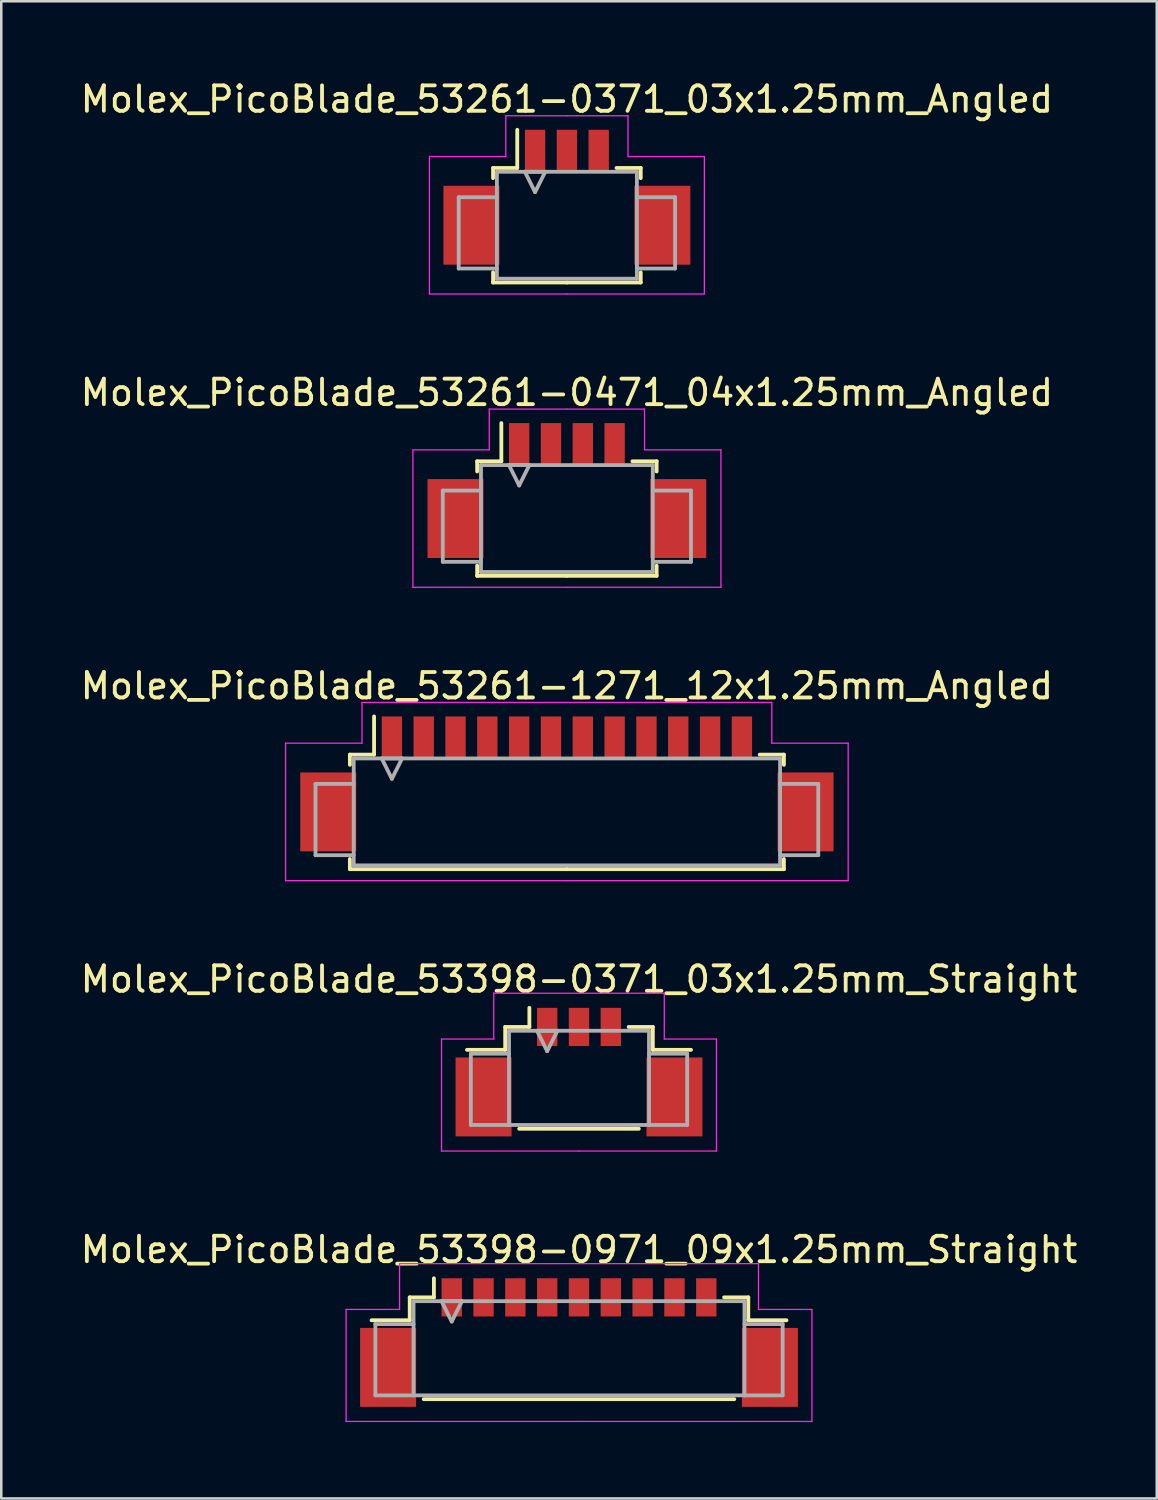
<source format=kicad_pcb>
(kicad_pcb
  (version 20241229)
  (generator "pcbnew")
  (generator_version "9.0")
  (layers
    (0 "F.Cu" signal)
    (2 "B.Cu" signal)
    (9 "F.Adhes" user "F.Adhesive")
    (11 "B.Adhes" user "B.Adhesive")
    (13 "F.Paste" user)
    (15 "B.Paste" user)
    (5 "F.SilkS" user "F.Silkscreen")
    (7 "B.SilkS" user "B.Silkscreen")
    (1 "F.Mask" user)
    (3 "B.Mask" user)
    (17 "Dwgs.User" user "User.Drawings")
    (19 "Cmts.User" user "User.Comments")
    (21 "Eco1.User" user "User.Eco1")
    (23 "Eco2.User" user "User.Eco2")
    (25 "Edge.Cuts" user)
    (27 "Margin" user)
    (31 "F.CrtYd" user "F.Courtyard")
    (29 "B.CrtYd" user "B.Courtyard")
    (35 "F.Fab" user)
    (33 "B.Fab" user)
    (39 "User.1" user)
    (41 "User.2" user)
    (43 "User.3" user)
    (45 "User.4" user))
  (footprint "Molex_PicoBlade_53261-0471_04x1.25mm_Angled"
    (layer "F.Cu")
    (at 19.22 15.871)
    (property "Reference" "Molex_PicoBlade_53261-0471_04x1.25mm_Angled" (at 0 -3.5 0) (layer "F.SilkS") (effects (font (size 1 1) (thickness 0.15))))
    (attr smd)
    (fp_line (start -3.525 -0.8) (end -3.525 -0.4) (stroke (width 0.15) (type solid)) (layer "F.SilkS"))
    (fp_line (start -3.525 3.3) (end -3.525 3.7) (stroke (width 0.15) (type solid)) (layer "F.SilkS"))
    (fp_line (start -3.525 3.7) (end 0 3.7) (stroke (width 0.15) (type solid)) (layer "F.SilkS"))
    (fp_line (start -2.575 -0.8) (end -3.525 -0.8) (stroke (width 0.15) (type solid)) (layer "F.SilkS"))
    (fp_line (start -2.575 -0.8) (end -2.575 -2.3) (stroke (width 0.15) (type solid)) (layer "F.SilkS"))
    (fp_line (start 2.575 -0.8) (end 3.525 -0.8) (stroke (width 0.15) (type solid)) (layer "F.SilkS"))
    (fp_line (start 3.525 -0.8) (end 3.525 -0.4) (stroke (width 0.15) (type solid)) (layer "F.SilkS"))
    (fp_line (start 3.525 3.3) (end 3.525 3.7) (stroke (width 0.15) (type solid)) (layer "F.SilkS"))
    (fp_line (start 3.525 3.7) (end 0 3.7) (stroke (width 0.15) (type solid)) (layer "F.SilkS"))
    (fp_line (start -6.05 -1.25) (end -6.05 4.15) (stroke (width 0.05) (type solid)) (layer "F.CrtYd"))
    (fp_line (start -6.05 4.15) (end 0 4.15) (stroke (width 0.05) (type solid)) (layer "F.CrtYd"))
    (fp_line (start -3.05 -2.85) (end -3.05 -1.25) (stroke (width 0.05) (type solid)) (layer "F.CrtYd"))
    (fp_line (start -3.05 -1.25) (end -6.05 -1.25) (stroke (width 0.05) (type solid)) (layer "F.CrtYd"))
    (fp_line (start 0 -2.85) (end -3.05 -2.85) (stroke (width 0.05) (type solid)) (layer "F.CrtYd"))
    (fp_line (start 0 -2.85) (end 3.05 -2.85) (stroke (width 0.05) (type solid)) (layer "F.CrtYd"))
    (fp_line (start 3.05 -2.85) (end 3.05 -1.25) (stroke (width 0.05) (type solid)) (layer "F.CrtYd"))
    (fp_line (start 3.05 -1.25) (end 6.05 -1.25) (stroke (width 0.05) (type solid)) (layer "F.CrtYd"))
    (fp_line (start 6.05 -1.25) (end 6.05 4.15) (stroke (width 0.05) (type solid)) (layer "F.CrtYd"))
    (fp_line (start 6.05 4.15) (end 0 4.15) (stroke (width 0.05) (type solid)) (layer "F.CrtYd"))
    (fp_line (start -4.875 0.35) (end -4.875 3.15) (stroke (width 0.15) (type solid)) (layer "F.Fab"))
    (fp_line (start -4.875 3.15) (end -3.375 3.15) (stroke (width 0.15) (type solid)) (layer "F.Fab"))
    (fp_line (start -3.375 -0.65) (end 3.375 -0.65) (stroke (width 0.15) (type solid)) (layer "F.Fab"))
    (fp_line (start -3.375 0.35) (end -4.875 0.35) (stroke (width 0.15) (type solid)) (layer "F.Fab"))
    (fp_line (start -3.375 3.55) (end -3.375 -0.65) (stroke (width 0.15) (type solid)) (layer "F.Fab"))
    (fp_line (start -2.275 -0.65) (end -1.875 0.15) (stroke (width 0.15) (type solid)) (layer "F.Fab"))
    (fp_line (start -1.875 0.15) (end -1.475 -0.65) (stroke (width 0.15) (type solid)) (layer "F.Fab"))
    (fp_line (start -1.475 -0.65) (end -2.275 -0.65) (stroke (width 0.15) (type solid)) (layer "F.Fab"))
    (fp_line (start 3.375 -0.65) (end 3.375 3.55) (stroke (width 0.15) (type solid)) (layer "F.Fab"))
    (fp_line (start 3.375 0.35) (end 4.875 0.35) (stroke (width 0.15) (type solid)) (layer "F.Fab"))
    (fp_line (start 3.375 3.55) (end -3.375 3.55) (stroke (width 0.15) (type solid)) (layer "F.Fab"))
    (fp_line (start 4.875 0.35) (end 4.875 3.15) (stroke (width 0.15) (type solid)) (layer "F.Fab"))
    (fp_line (start 4.875 3.15) (end 3.375 3.15) (stroke (width 0.15) (type solid)) (layer "F.Fab"))
    (pad "" smd rect (at -4.375 1.45) (size 2.2 3.1) (layers "F.Cu" "F.Mask" "F.Paste"))
    (pad "" smd rect (at 4.375 1.45) (size 2.2 3.1) (layers "F.Cu" "F.Mask" "F.Paste"))
    (pad "1" smd rect (at -1.875 -1.45) (size 0.8 1.7) (layers "F.Cu" "F.Mask" "F.Paste"))
    (pad "2" smd rect (at -0.625 -1.45) (size 0.8 1.7) (layers "F.Cu" "F.Mask" "F.Paste"))
    (pad "3" smd rect (at 0.625 -1.45) (size 0.8 1.7) (layers "F.Cu" "F.Mask" "F.Paste"))
    (pad "4" smd rect (at 1.875 -1.45) (size 0.8 1.7) (layers "F.Cu" "F.Mask" "F.Paste")))
  (footprint "Molex_PicoBlade_53261-0371_03x1.25mm_Angled"
    (layer "F.Cu")
    (at 19.22 4.348)
    (property "Reference" "Molex_PicoBlade_53261-0371_03x1.25mm_Angled" (at 0 -3.5 0) (layer "F.SilkS") (effects (font (size 1 1) (thickness 0.15))))
    (attr smd)
    (fp_line (start -2.9 -0.8) (end -2.9 -0.4) (stroke (width 0.15) (type solid)) (layer "F.SilkS"))
    (fp_line (start -2.9 3.3) (end -2.9 3.7) (stroke (width 0.15) (type solid)) (layer "F.SilkS"))
    (fp_line (start -2.9 3.7) (end 0 3.7) (stroke (width 0.15) (type solid)) (layer "F.SilkS"))
    (fp_line (start -1.95 -0.8) (end -2.9 -0.8) (stroke (width 0.15) (type solid)) (layer "F.SilkS"))
    (fp_line (start -1.95 -0.8) (end -1.95 -2.3) (stroke (width 0.15) (type solid)) (layer "F.SilkS"))
    (fp_line (start 1.95 -0.8) (end 2.9 -0.8) (stroke (width 0.15) (type solid)) (layer "F.SilkS"))
    (fp_line (start 2.9 -0.8) (end 2.9 -0.4) (stroke (width 0.15) (type solid)) (layer "F.SilkS"))
    (fp_line (start 2.9 3.3) (end 2.9 3.7) (stroke (width 0.15) (type solid)) (layer "F.SilkS"))
    (fp_line (start 2.9 3.7) (end 0 3.7) (stroke (width 0.15) (type solid)) (layer "F.SilkS"))
    (fp_line (start -5.4 -1.25) (end -5.4 4.15) (stroke (width 0.05) (type solid)) (layer "F.CrtYd"))
    (fp_line (start -5.4 4.15) (end 0 4.15) (stroke (width 0.05) (type solid)) (layer "F.CrtYd"))
    (fp_line (start -2.4 -2.85) (end -2.4 -1.25) (stroke (width 0.05) (type solid)) (layer "F.CrtYd"))
    (fp_line (start -2.4 -1.25) (end -5.4 -1.25) (stroke (width 0.05) (type solid)) (layer "F.CrtYd"))
    (fp_line (start 0 -2.85) (end -2.4 -2.85) (stroke (width 0.05) (type solid)) (layer "F.CrtYd"))
    (fp_line (start 0 -2.85) (end 2.4 -2.85) (stroke (width 0.05) (type solid)) (layer "F.CrtYd"))
    (fp_line (start 2.4 -2.85) (end 2.4 -1.25) (stroke (width 0.05) (type solid)) (layer "F.CrtYd"))
    (fp_line (start 2.4 -1.25) (end 5.4 -1.25) (stroke (width 0.05) (type solid)) (layer "F.CrtYd"))
    (fp_line (start 5.4 -1.25) (end 5.4 4.15) (stroke (width 0.05) (type solid)) (layer "F.CrtYd"))
    (fp_line (start 5.4 4.15) (end 0 4.15) (stroke (width 0.05) (type solid)) (layer "F.CrtYd"))
    (fp_line (start -4.25 0.35) (end -4.25 3.15) (stroke (width 0.15) (type solid)) (layer "F.Fab"))
    (fp_line (start -4.25 3.15) (end -2.75 3.15) (stroke (width 0.15) (type solid)) (layer "F.Fab"))
    (fp_line (start -2.75 -0.65) (end 2.75 -0.65) (stroke (width 0.15) (type solid)) (layer "F.Fab"))
    (fp_line (start -2.75 0.35) (end -4.25 0.35) (stroke (width 0.15) (type solid)) (layer "F.Fab"))
    (fp_line (start -2.75 3.55) (end -2.75 -0.65) (stroke (width 0.15) (type solid)) (layer "F.Fab"))
    (fp_line (start -1.65 -0.65) (end -1.25 0.15) (stroke (width 0.15) (type solid)) (layer "F.Fab"))
    (fp_line (start -1.25 0.15) (end -0.85 -0.65) (stroke (width 0.15) (type solid)) (layer "F.Fab"))
    (fp_line (start -0.85 -0.65) (end -1.65 -0.65) (stroke (width 0.15) (type solid)) (layer "F.Fab"))
    (fp_line (start 2.75 -0.65) (end 2.75 3.55) (stroke (width 0.15) (type solid)) (layer "F.Fab"))
    (fp_line (start 2.75 0.35) (end 4.25 0.35) (stroke (width 0.15) (type solid)) (layer "F.Fab"))
    (fp_line (start 2.75 3.55) (end -2.75 3.55) (stroke (width 0.15) (type solid)) (layer "F.Fab"))
    (fp_line (start 4.25 0.35) (end 4.25 3.15) (stroke (width 0.15) (type solid)) (layer "F.Fab"))
    (fp_line (start 4.25 3.15) (end 2.75 3.15) (stroke (width 0.15) (type solid)) (layer "F.Fab"))
    (pad "" smd rect (at -3.75 1.45) (size 2.2 3.1) (layers "F.Cu" "F.Mask" "F.Paste"))
    (pad "" smd rect (at 3.75 1.45) (size 2.2 3.1) (layers "F.Cu" "F.Mask" "F.Paste"))
    (pad "1" smd rect (at -1.25 -1.45) (size 0.8 1.7) (layers "F.Cu" "F.Mask" "F.Paste"))
    (pad "2" smd rect (at 0 -1.45) (size 0.8 1.7) (layers "F.Cu" "F.Mask" "F.Paste"))
    (pad "3" smd rect (at 1.25 -1.45) (size 0.8 1.7) (layers "F.Cu" "F.Mask" "F.Paste")))
  (footprint "Molex_PicoBlade_53398-0371_03x1.25mm_Straight"
    (layer "F.Cu")
    (at 19.696 38.668)
    (property "Reference" "Molex_PicoBlade_53398-0371_03x1.25mm_Straight" (at 0 -3.25 0) (layer "F.SilkS") (effects (font (size 1 1) (thickness 0.15))))
    (attr smd)
    (fp_line (start -2.9 -1.375) (end -2.9 -0.475) (stroke (width 0.15) (type solid)) (layer "F.SilkS"))
    (fp_line (start -2.9 -0.475) (end -4.4 -0.475) (stroke (width 0.15) (type solid)) (layer "F.SilkS"))
    (fp_line (start -2.35 2.625) (end 2.35 2.625) (stroke (width 0.15) (type solid)) (layer "F.SilkS"))
    (fp_line (start -1.95 -1.375) (end -2.9 -1.375) (stroke (width 0.15) (type solid)) (layer "F.SilkS"))
    (fp_line (start -1.95 -1.375) (end -1.95 -2.125) (stroke (width 0.15) (type solid)) (layer "F.SilkS"))
    (fp_line (start 1.95 -1.375) (end 2.9 -1.375) (stroke (width 0.15) (type solid)) (layer "F.SilkS"))
    (fp_line (start 2.9 -1.375) (end 2.9 -0.475) (stroke (width 0.15) (type solid)) (layer "F.SilkS"))
    (fp_line (start 2.9 -0.475) (end 4.4 -0.475) (stroke (width 0.15) (type solid)) (layer "F.SilkS"))
    (fp_line (start -5.4 -0.9) (end -5.4 3.5) (stroke (width 0.05) (type solid)) (layer "F.CrtYd"))
    (fp_line (start -5.4 3.5) (end 0 3.5) (stroke (width 0.05) (type solid)) (layer "F.CrtYd"))
    (fp_line (start -3.35 -2.7) (end -3.35 -0.9) (stroke (width 0.05) (type solid)) (layer "F.CrtYd"))
    (fp_line (start -3.35 -0.9) (end -5.4 -0.9) (stroke (width 0.05) (type solid)) (layer "F.CrtYd"))
    (fp_line (start 0 -2.7) (end -3.35 -2.7) (stroke (width 0.05) (type solid)) (layer "F.CrtYd"))
    (fp_line (start 0 -2.7) (end 3.35 -2.7) (stroke (width 0.05) (type solid)) (layer "F.CrtYd"))
    (fp_line (start 3.35 -2.7) (end 3.35 -0.9) (stroke (width 0.05) (type solid)) (layer "F.CrtYd"))
    (fp_line (start 3.35 -0.9) (end 5.4 -0.9) (stroke (width 0.05) (type solid)) (layer "F.CrtYd"))
    (fp_line (start 5.4 -0.9) (end 5.4 3.5) (stroke (width 0.05) (type solid)) (layer "F.CrtYd"))
    (fp_line (start 5.4 3.5) (end 0 3.5) (stroke (width 0.05) (type solid)) (layer "F.CrtYd"))
    (fp_line (start -4.25 -0.325) (end -2.75 -0.325) (stroke (width 0.15) (type solid)) (layer "F.Fab"))
    (fp_line (start -4.25 2.475) (end -4.25 -0.325) (stroke (width 0.15) (type solid)) (layer "F.Fab"))
    (fp_line (start -2.75 -1.225) (end -2.75 2.475) (stroke (width 0.15) (type solid)) (layer "F.Fab"))
    (fp_line (start -2.75 2.475) (end -4.25 2.475) (stroke (width 0.15) (type solid)) (layer "F.Fab"))
    (fp_line (start -2.75 2.475) (end 2.75 2.475) (stroke (width 0.15) (type solid)) (layer "F.Fab"))
    (fp_line (start -1.65 -1.225) (end -1.25 -0.425) (stroke (width 0.15) (type solid)) (layer "F.Fab"))
    (fp_line (start -1.25 -0.425) (end -0.85 -1.225) (stroke (width 0.15) (type solid)) (layer "F.Fab"))
    (fp_line (start -0.85 -1.225) (end -1.65 -1.225) (stroke (width 0.15) (type solid)) (layer "F.Fab"))
    (fp_line (start 2.75 -1.225) (end -2.75 -1.225) (stroke (width 0.15) (type solid)) (layer "F.Fab"))
    (fp_line (start 2.75 2.475) (end 2.75 -1.225) (stroke (width 0.15) (type solid)) (layer "F.Fab"))
    (fp_line (start 2.75 2.475) (end 4.25 2.475) (stroke (width 0.15) (type solid)) (layer "F.Fab"))
    (fp_line (start 4.25 -0.325) (end 2.75 -0.325) (stroke (width 0.15) (type solid)) (layer "F.Fab"))
    (fp_line (start 4.25 2.475) (end 4.25 -0.325) (stroke (width 0.15) (type solid)) (layer "F.Fab"))
    (pad "" smd rect (at -3.75 1.375) (size 2.2 3.1) (layers "F.Cu" "F.Mask" "F.Paste"))
    (pad "" smd rect (at 3.75 1.375) (size 2.2 3.1) (layers "F.Cu" "F.Mask" "F.Paste"))
    (pad "1" smd rect (at -1.25 -1.375) (size 0.8 1.5) (layers "F.Cu" "F.Mask" "F.Paste"))
    (pad "2" smd rect (at 0 -1.375) (size 0.8 1.5) (layers "F.Cu" "F.Mask" "F.Paste"))
    (pad "3" smd rect (at 1.25 -1.375) (size 0.8 1.5) (layers "F.Cu" "F.Mask" "F.Paste")))
  (footprint "Molex_PicoBlade_53261-1271_12x1.25mm_Angled"
    (layer "F.Cu")
    (at 19.22 27.395)
    (property "Reference" "Molex_PicoBlade_53261-1271_12x1.25mm_Angled" (at 0 -3.5 0) (layer "F.SilkS") (effects (font (size 1 1) (thickness 0.15))))
    (attr smd)
    (fp_line (start -8.525 -0.8) (end -8.525 -0.4) (stroke (width 0.15) (type solid)) (layer "F.SilkS"))
    (fp_line (start -8.525 3.3) (end -8.525 3.7) (stroke (width 0.15) (type solid)) (layer "F.SilkS"))
    (fp_line (start -8.525 3.7) (end 0 3.7) (stroke (width 0.15) (type solid)) (layer "F.SilkS"))
    (fp_line (start -7.575 -0.8) (end -8.525 -0.8) (stroke (width 0.15) (type solid)) (layer "F.SilkS"))
    (fp_line (start -7.575 -0.8) (end -7.575 -2.3) (stroke (width 0.15) (type solid)) (layer "F.SilkS"))
    (fp_line (start 7.575 -0.8) (end 8.525 -0.8) (stroke (width 0.15) (type solid)) (layer "F.SilkS"))
    (fp_line (start 8.525 -0.8) (end 8.525 -0.4) (stroke (width 0.15) (type solid)) (layer "F.SilkS"))
    (fp_line (start 8.525 3.3) (end 8.525 3.7) (stroke (width 0.15) (type solid)) (layer "F.SilkS"))
    (fp_line (start 8.525 3.7) (end 0 3.7) (stroke (width 0.15) (type solid)) (layer "F.SilkS"))
    (fp_line (start -11.05 -1.25) (end -11.05 4.15) (stroke (width 0.05) (type solid)) (layer "F.CrtYd"))
    (fp_line (start -11.05 4.15) (end 0 4.15) (stroke (width 0.05) (type solid)) (layer "F.CrtYd"))
    (fp_line (start -8.05 -2.85) (end -8.05 -1.25) (stroke (width 0.05) (type solid)) (layer "F.CrtYd"))
    (fp_line (start -8.05 -1.25) (end -11.05 -1.25) (stroke (width 0.05) (type solid)) (layer "F.CrtYd"))
    (fp_line (start 0 -2.85) (end -8.05 -2.85) (stroke (width 0.05) (type solid)) (layer "F.CrtYd"))
    (fp_line (start 0 -2.85) (end 8.05 -2.85) (stroke (width 0.05) (type solid)) (layer "F.CrtYd"))
    (fp_line (start 8.05 -2.85) (end 8.05 -1.25) (stroke (width 0.05) (type solid)) (layer "F.CrtYd"))
    (fp_line (start 8.05 -1.25) (end 11.05 -1.25) (stroke (width 0.05) (type solid)) (layer "F.CrtYd"))
    (fp_line (start 11.05 -1.25) (end 11.05 4.15) (stroke (width 0.05) (type solid)) (layer "F.CrtYd"))
    (fp_line (start 11.05 4.15) (end 0 4.15) (stroke (width 0.05) (type solid)) (layer "F.CrtYd"))
    (fp_line (start -9.875 0.35) (end -9.875 3.15) (stroke (width 0.15) (type solid)) (layer "F.Fab"))
    (fp_line (start -9.875 3.15) (end -8.375 3.15) (stroke (width 0.15) (type solid)) (layer "F.Fab"))
    (fp_line (start -8.375 -0.65) (end 8.375 -0.65) (stroke (width 0.15) (type solid)) (layer "F.Fab"))
    (fp_line (start -8.375 0.35) (end -9.875 0.35) (stroke (width 0.15) (type solid)) (layer "F.Fab"))
    (fp_line (start -8.375 3.55) (end -8.375 -0.65) (stroke (width 0.15) (type solid)) (layer "F.Fab"))
    (fp_line (start -7.275 -0.65) (end -6.875 0.15) (stroke (width 0.15) (type solid)) (layer "F.Fab"))
    (fp_line (start -6.875 0.15) (end -6.475 -0.65) (stroke (width 0.15) (type solid)) (layer "F.Fab"))
    (fp_line (start -6.475 -0.65) (end -7.275 -0.65) (stroke (width 0.15) (type solid)) (layer "F.Fab"))
    (fp_line (start 8.375 -0.65) (end 8.375 3.55) (stroke (width 0.15) (type solid)) (layer "F.Fab"))
    (fp_line (start 8.375 0.35) (end 9.875 0.35) (stroke (width 0.15) (type solid)) (layer "F.Fab"))
    (fp_line (start 8.375 3.55) (end -8.375 3.55) (stroke (width 0.15) (type solid)) (layer "F.Fab"))
    (fp_line (start 9.875 0.35) (end 9.875 3.15) (stroke (width 0.15) (type solid)) (layer "F.Fab"))
    (fp_line (start 9.875 3.15) (end 8.375 3.15) (stroke (width 0.15) (type solid)) (layer "F.Fab"))
    (pad "" smd rect (at -9.375 1.45) (size 2.2 3.1) (layers "F.Cu" "F.Mask" "F.Paste"))
    (pad "" smd rect (at 9.375 1.45) (size 2.2 3.1) (layers "F.Cu" "F.Mask" "F.Paste"))
    (pad "1" smd rect (at -6.875 -1.45) (size 0.8 1.7) (layers "F.Cu" "F.Mask" "F.Paste"))
    (pad "2" smd rect (at -5.625 -1.45) (size 0.8 1.7) (layers "F.Cu" "F.Mask" "F.Paste"))
    (pad "3" smd rect (at -4.375 -1.45) (size 0.8 1.7) (layers "F.Cu" "F.Mask" "F.Paste"))
    (pad "4" smd rect (at -3.125 -1.45) (size 0.8 1.7) (layers "F.Cu" "F.Mask" "F.Paste"))
    (pad "5" smd rect (at -1.875 -1.45) (size 0.8 1.7) (layers "F.Cu" "F.Mask" "F.Paste"))
    (pad "6" smd rect (at -0.625 -1.45) (size 0.8 1.7) (layers "F.Cu" "F.Mask" "F.Paste"))
    (pad "7" smd rect (at 0.625 -1.45) (size 0.8 1.7) (layers "F.Cu" "F.Mask" "F.Paste"))
    (pad "8" smd rect (at 1.875 -1.45) (size 0.8 1.7) (layers "F.Cu" "F.Mask" "F.Paste"))
    (pad "9" smd rect (at 3.125 -1.45) (size 0.8 1.7) (layers "F.Cu" "F.Mask" "F.Paste"))
    (pad "10" smd rect (at 4.375 -1.45) (size 0.8 1.7) (layers "F.Cu" "F.Mask" "F.Paste"))
    (pad "11" smd rect (at 5.625 -1.45) (size 0.8 1.7) (layers "F.Cu" "F.Mask" "F.Paste"))
    (pad "12" smd rect (at 6.875 -1.45) (size 0.8 1.7) (layers "F.Cu" "F.Mask" "F.Paste")))
  (footprint "Molex_PicoBlade_53398-0971_09x1.25mm_Straight"
    (layer "F.Cu")
    (at 19.696 49.291)
    (property "Reference" "Molex_PicoBlade_53398-0971_09x1.25mm_Straight" (at 0 -3.25 0) (layer "F.SilkS") (effects (font (size 1 1) (thickness 0.15))))
    (attr smd)
    (fp_line (start -6.65 -1.375) (end -6.65 -0.475) (stroke (width 0.15) (type solid)) (layer "F.SilkS"))
    (fp_line (start -6.65 -0.475) (end -8.15 -0.475) (stroke (width 0.15) (type solid)) (layer "F.SilkS"))
    (fp_line (start -6.1 2.625) (end 6.1 2.625) (stroke (width 0.15) (type solid)) (layer "F.SilkS"))
    (fp_line (start -5.7 -1.375) (end -6.65 -1.375) (stroke (width 0.15) (type solid)) (layer "F.SilkS"))
    (fp_line (start -5.7 -1.375) (end -5.7 -2.125) (stroke (width 0.15) (type solid)) (layer "F.SilkS"))
    (fp_line (start 5.7 -1.375) (end 6.65 -1.375) (stroke (width 0.15) (type solid)) (layer "F.SilkS"))
    (fp_line (start 6.65 -1.375) (end 6.65 -0.475) (stroke (width 0.15) (type solid)) (layer "F.SilkS"))
    (fp_line (start 6.65 -0.475) (end 8.15 -0.475) (stroke (width 0.15) (type solid)) (layer "F.SilkS"))
    (fp_line (start -9.15 -0.9) (end -9.15 3.5) (stroke (width 0.05) (type solid)) (layer "F.CrtYd"))
    (fp_line (start -9.15 3.5) (end 0 3.5) (stroke (width 0.05) (type solid)) (layer "F.CrtYd"))
    (fp_line (start -7.05 -2.7) (end -7.05 -0.9) (stroke (width 0.05) (type solid)) (layer "F.CrtYd"))
    (fp_line (start -7.05 -0.9) (end -9.15 -0.9) (stroke (width 0.05) (type solid)) (layer "F.CrtYd"))
    (fp_line (start 0 -2.7) (end -7.05 -2.7) (stroke (width 0.05) (type solid)) (layer "F.CrtYd"))
    (fp_line (start 0 -2.7) (end 7.05 -2.7) (stroke (width 0.05) (type solid)) (layer "F.CrtYd"))
    (fp_line (start 7.05 -2.7) (end 7.05 -0.9) (stroke (width 0.05) (type solid)) (layer "F.CrtYd"))
    (fp_line (start 7.05 -0.9) (end 9.15 -0.9) (stroke (width 0.05) (type solid)) (layer "F.CrtYd"))
    (fp_line (start 9.15 -0.9) (end 9.15 3.5) (stroke (width 0.05) (type solid)) (layer "F.CrtYd"))
    (fp_line (start 9.15 3.5) (end 0 3.5) (stroke (width 0.05) (type solid)) (layer "F.CrtYd"))
    (fp_line (start -8 -0.325) (end -6.5 -0.325) (stroke (width 0.15) (type solid)) (layer "F.Fab"))
    (fp_line (start -8 2.475) (end -8 -0.325) (stroke (width 0.15) (type solid)) (layer "F.Fab"))
    (fp_line (start -6.5 -1.225) (end -6.5 2.475) (stroke (width 0.15) (type solid)) (layer "F.Fab"))
    (fp_line (start -6.5 2.475) (end -8 2.475) (stroke (width 0.15) (type solid)) (layer "F.Fab"))
    (fp_line (start -6.5 2.475) (end 6.5 2.475) (stroke (width 0.15) (type solid)) (layer "F.Fab"))
    (fp_line (start -5.4 -1.225) (end -5 -0.425) (stroke (width 0.15) (type solid)) (layer "F.Fab"))
    (fp_line (start -5 -0.425) (end -4.6 -1.225) (stroke (width 0.15) (type solid)) (layer "F.Fab"))
    (fp_line (start -4.6 -1.225) (end -5.4 -1.225) (stroke (width 0.15) (type solid)) (layer "F.Fab"))
    (fp_line (start 6.5 -1.225) (end -6.5 -1.225) (stroke (width 0.15) (type solid)) (layer "F.Fab"))
    (fp_line (start 6.5 2.475) (end 6.5 -1.225) (stroke (width 0.15) (type solid)) (layer "F.Fab"))
    (fp_line (start 6.5 2.475) (end 8 2.475) (stroke (width 0.15) (type solid)) (layer "F.Fab"))
    (fp_line (start 8 -0.325) (end 6.5 -0.325) (stroke (width 0.15) (type solid)) (layer "F.Fab"))
    (fp_line (start 8 2.475) (end 8 -0.325) (stroke (width 0.15) (type solid)) (layer "F.Fab"))
    (pad "" smd rect (at -7.5 1.375) (size 2.2 3.1) (layers "F.Cu" "F.Mask" "F.Paste"))
    (pad "" smd rect (at 7.5 1.375) (size 2.2 3.1) (layers "F.Cu" "F.Mask" "F.Paste"))
    (pad "1" smd rect (at -5 -1.375) (size 0.8 1.5) (layers "F.Cu" "F.Mask" "F.Paste"))
    (pad "2" smd rect (at -3.75 -1.375) (size 0.8 1.5) (layers "F.Cu" "F.Mask" "F.Paste"))
    (pad "3" smd rect (at -2.5 -1.375) (size 0.8 1.5) (layers "F.Cu" "F.Mask" "F.Paste"))
    (pad "4" smd rect (at -1.25 -1.375) (size 0.8 1.5) (layers "F.Cu" "F.Mask" "F.Paste"))
    (pad "5" smd rect (at 0 -1.375) (size 0.8 1.5) (layers "F.Cu" "F.Mask" "F.Paste"))
    (pad "6" smd rect (at 1.25 -1.375) (size 0.8 1.5) (layers "F.Cu" "F.Mask" "F.Paste"))
    (pad "7" smd rect (at 2.5 -1.375) (size 0.8 1.5) (layers "F.Cu" "F.Mask" "F.Paste"))
    (pad "8" smd rect (at 3.75 -1.375) (size 0.8 1.5) (layers "F.Cu" "F.Mask" "F.Paste"))
    (pad "9" smd rect (at 5 -1.375) (size 0.8 1.5) (layers "F.Cu" "F.Mask" "F.Paste")))
  (gr_rect
    (start -3 -3)
    (end 42.393 55.816)
    (stroke (width 0.1) (type default))
    (fill no)
    (layer "Edge.Cuts")))
</source>
